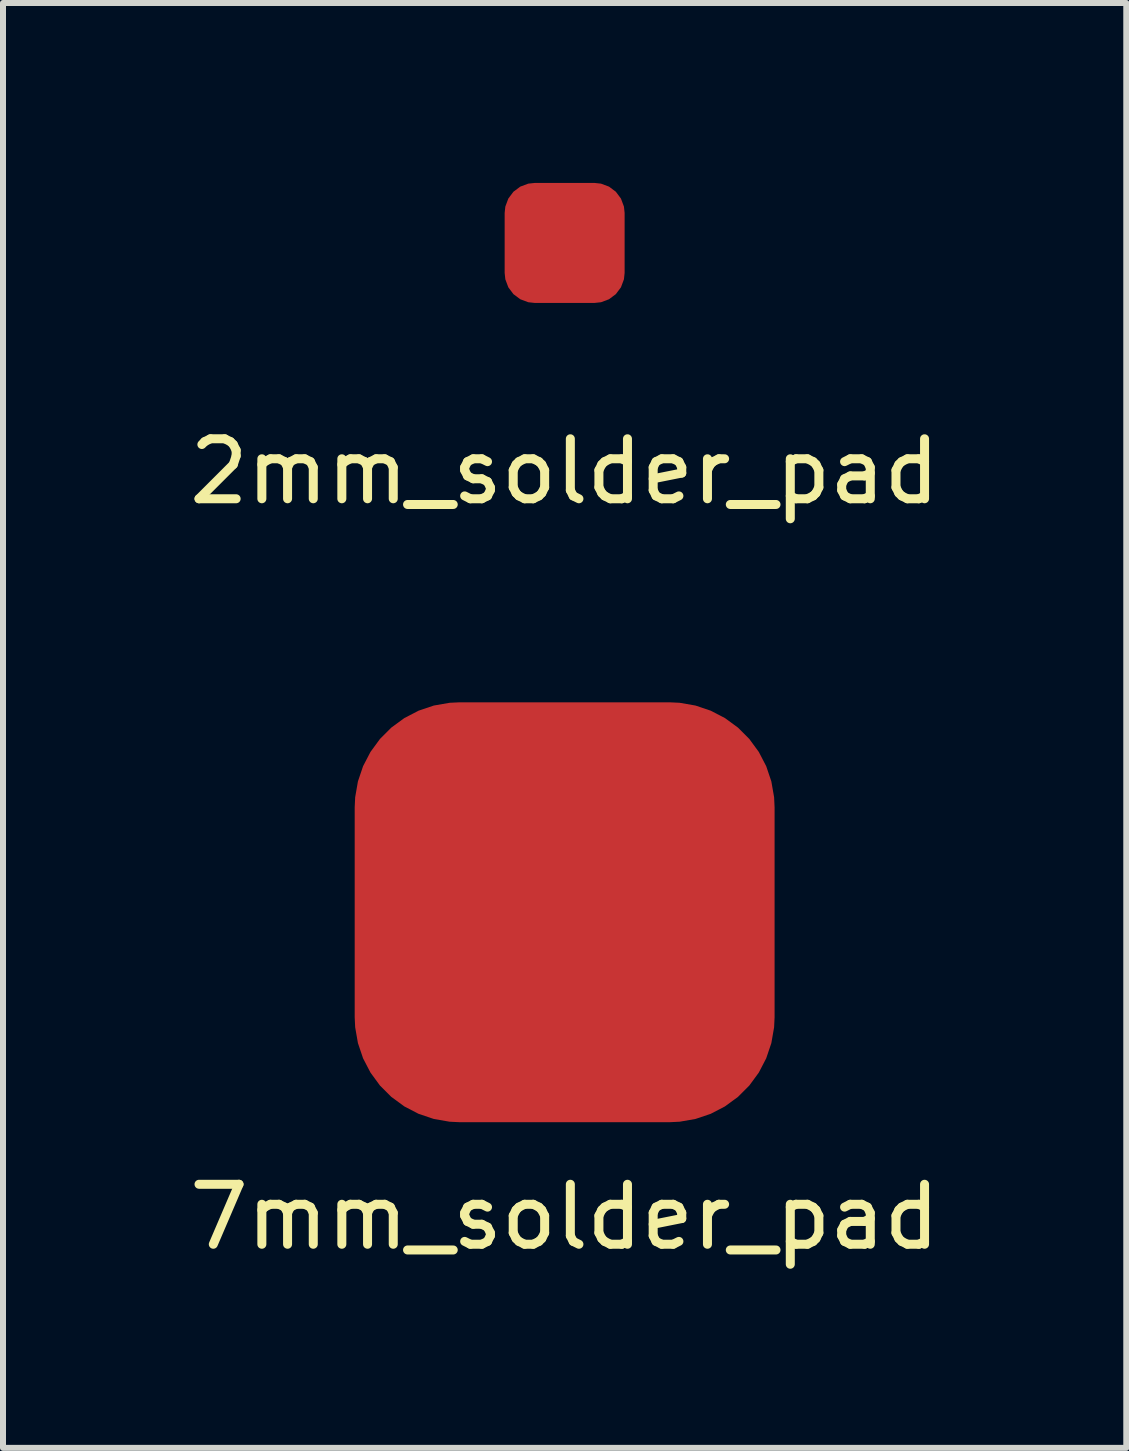
<source format=kicad_pcb>
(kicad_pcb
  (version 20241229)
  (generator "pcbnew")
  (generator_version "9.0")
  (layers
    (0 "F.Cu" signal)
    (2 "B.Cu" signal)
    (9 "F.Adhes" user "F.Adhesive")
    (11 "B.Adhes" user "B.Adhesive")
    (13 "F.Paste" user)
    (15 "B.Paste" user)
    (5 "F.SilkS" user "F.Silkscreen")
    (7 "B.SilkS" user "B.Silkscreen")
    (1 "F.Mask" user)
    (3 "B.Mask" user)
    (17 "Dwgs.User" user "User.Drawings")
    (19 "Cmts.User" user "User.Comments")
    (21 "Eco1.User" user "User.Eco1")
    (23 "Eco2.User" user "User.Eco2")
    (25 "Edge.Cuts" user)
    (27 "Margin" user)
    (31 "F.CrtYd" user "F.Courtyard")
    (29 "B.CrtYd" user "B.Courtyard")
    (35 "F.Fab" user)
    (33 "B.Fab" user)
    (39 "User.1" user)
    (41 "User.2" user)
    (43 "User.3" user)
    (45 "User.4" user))
  (footprint "2mm_solder_pad"
    (layer "F.Cu")
    (at 6.363 1)
    (property "Reference" "2mm_solder_pad" (at 0 3.81 0) (layer "F.SilkS") (effects (font (size 1 1) (thickness 0.15))))
    (attr through_hole)
    (pad "1" smd roundrect (at 0 0) (size 2 2) (layers "F.Cu" "F.Mask" "F.Paste") (roundrect_rratio 0.25)))
  (footprint "7mm_solder_pad"
    (layer "F.Cu")
    (at 6.363 12.158)
    (property "Reference" "7mm_solder_pad" (at 0 5.08 0) (layer "F.SilkS") (effects (font (size 1 1) (thickness 0.15))))
    (attr through_hole)
    (pad "1" smd roundrect (at 0 0) (size 7 7) (layers "F.Cu" "F.Mask" "F.Paste") (roundrect_rratio 0.25)))
  (gr_rect
    (start -3 -3)
    (end 15.726 21.087)
    (stroke (width 0.1) (type default))
    (fill no)
    (layer "Edge.Cuts")))
</source>
